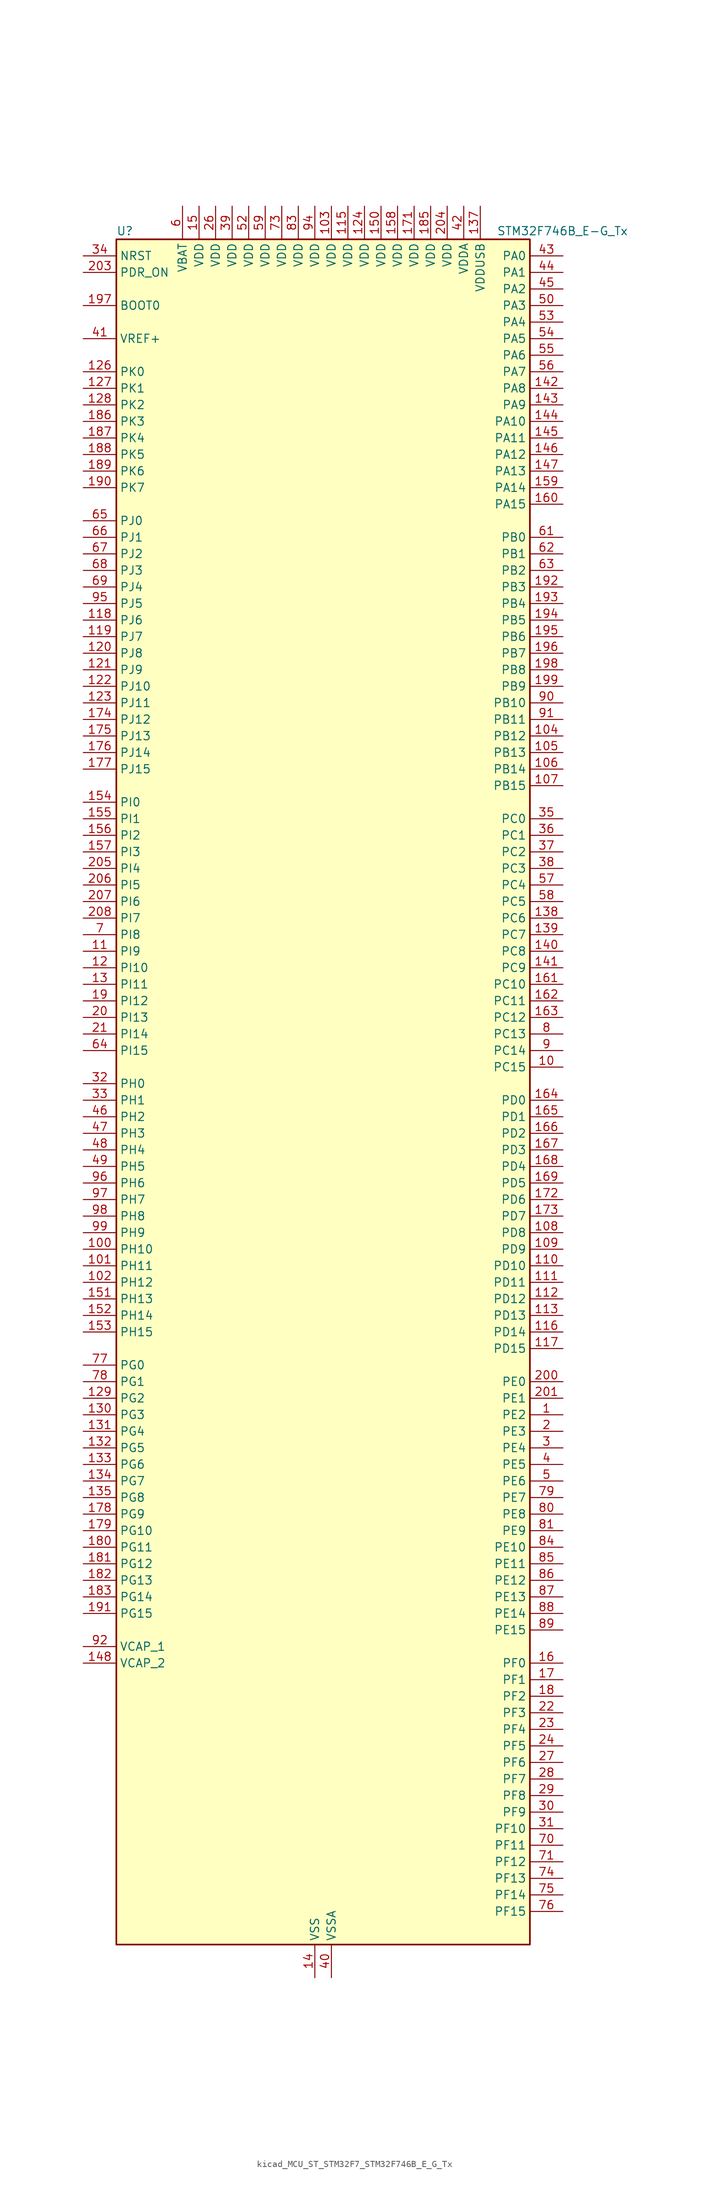
<source format=kicad_sym>
(kicad_symbol_lib
  (version 20220914)
  (generator kicad_symbol_editor)
  (symbol "kicad_MCU_ST_STM32F7_STM32F746B_E_G_Tx"
    (property "Reference" "U"
      (at -30.48 133.35 0)
      (effects (font (size 1.27 1.27)) (justify left)))
    (property "Value" "STM32F746B_E-G_Tx"
      (at 27.94 133.35 0)
      (effects (font (size 1.27 1.27)) (justify left)))
    (property "ki_locked" ""
      (at 0 0 0)
      (effects (font (size 1.27 1.27))))
    (symbol "kicad_MCU_ST_STM32F7_STM32F746B_E_G_Tx_0_1"
      (rectangle (start -30.48 -129.54) (end 33.02 132.08) (stroke (width 0.254) (type default)) (fill (type background))))
    (symbol "kicad_MCU_ST_STM32F7_STM32F746B_E_G_Tx_1_1"
      (pin bidirectional line (at 38.1 -48.26 180) (length 5.08) (name "PE2" (effects (font (size 1.27 1.27)))) (number "1" (effects (font (size 1.27 1.27)))) (alternate "ETH_TXD3" bidirectional line) (alternate "FMC_A23" bidirectional line) (alternate "QUADSPI_BK1_IO2" bidirectional line) (alternate "SAI1_MCLK_A" bidirectional line) (alternate "SPI4_SCK" bidirectional line) (alternate "SYS_TRACECLK" bidirectional line))
      (pin bidirectional line (at 38.1 5.08 180) (length 5.08) (name "PC15" (effects (font (size 1.27 1.27)))) (number "10" (effects (font (size 1.27 1.27)))) (alternate "RCC_OSC32_OUT" bidirectional line))
      (pin bidirectional line (at -35.56 -22.86 0) (length 5.08) (name "PH10" (effects (font (size 1.27 1.27)))) (number "100" (effects (font (size 1.27 1.27)))) (alternate "DCMI_D1" bidirectional line) (alternate "FMC_D18" bidirectional line) (alternate "I2C4_SMBA" bidirectional line) (alternate "LTDC_R4" bidirectional line) (alternate "TIM5_CH1" bidirectional line))
      (pin bidirectional line (at -35.56 -25.4 0) (length 5.08) (name "PH11" (effects (font (size 1.27 1.27)))) (number "101" (effects (font (size 1.27 1.27)))) (alternate "ADC1_EXTI11" bidirectional line) (alternate "ADC2_EXTI11" bidirectional line) (alternate "ADC3_EXTI11" bidirectional line) (alternate "DCMI_D2" bidirectional line) (alternate "FMC_D19" bidirectional line) (alternate "I2C4_SCL" bidirectional line) (alternate "LTDC_R5" bidirectional line) (alternate "TIM5_CH2" bidirectional line))
      (pin bidirectional line (at -35.56 -27.94 0) (length 5.08) (name "PH12" (effects (font (size 1.27 1.27)))) (number "102" (effects (font (size 1.27 1.27)))) (alternate "DCMI_D3" bidirectional line) (alternate "FMC_D20" bidirectional line) (alternate "I2C4_SDA" bidirectional line) (alternate "LTDC_R6" bidirectional line) (alternate "TIM5_CH3" bidirectional line))
      (pin power_in line (at 2.54 137.16 270) (length 5.08) (name "VDD" (effects (font (size 1.27 1.27)))) (number "103" (effects (font (size 1.27 1.27)))))
      (pin bidirectional line (at 38.1 55.88 180) (length 5.08) (name "PB12" (effects (font (size 1.27 1.27)))) (number "104" (effects (font (size 1.27 1.27)))) (alternate "CAN2_RX" bidirectional line) (alternate "ETH_TXD0" bidirectional line) (alternate "I2C2_SMBA" bidirectional line) (alternate "I2S2_WS" bidirectional line) (alternate "SPI2_NSS" bidirectional line) (alternate "TIM1_BKIN" bidirectional line) (alternate "USART3_CK" bidirectional line) (alternate "USB_OTG_HS_ID" bidirectional line) (alternate "USB_OTG_HS_ULPI_D5" bidirectional line))
      (pin bidirectional line (at 38.1 53.34 180) (length 5.08) (name "PB13" (effects (font (size 1.27 1.27)))) (number "105" (effects (font (size 1.27 1.27)))) (alternate "CAN2_TX" bidirectional line) (alternate "ETH_TXD1" bidirectional line) (alternate "I2S2_CK" bidirectional line) (alternate "SPI2_SCK" bidirectional line) (alternate "TIM1_CH1N" bidirectional line) (alternate "USART3_CTS" bidirectional line) (alternate "USB_OTG_HS_ULPI_D6" bidirectional line) (alternate "USB_OTG_HS_VBUS" bidirectional line))
      (pin bidirectional line (at 38.1 50.8 180) (length 5.08) (name "PB14" (effects (font (size 1.27 1.27)))) (number "106" (effects (font (size 1.27 1.27)))) (alternate "SPI2_MISO" bidirectional line) (alternate "TIM12_CH1" bidirectional line) (alternate "TIM1_CH2N" bidirectional line) (alternate "TIM8_CH2N" bidirectional line) (alternate "USART3_DE" bidirectional line) (alternate "USART3_RTS" bidirectional line) (alternate "USB_OTG_HS_DM" bidirectional line))
      (pin bidirectional line (at 38.1 48.26 180) (length 5.08) (name "PB15" (effects (font (size 1.27 1.27)))) (number "107" (effects (font (size 1.27 1.27)))) (alternate "I2S2_SD" bidirectional line) (alternate "RTC_REFIN" bidirectional line) (alternate "SPI2_MOSI" bidirectional line) (alternate "TIM12_CH2" bidirectional line) (alternate "TIM1_CH3N" bidirectional line) (alternate "TIM8_CH3N" bidirectional line) (alternate "USB_OTG_HS_DP" bidirectional line))
      (pin bidirectional line (at 38.1 -20.32 180) (length 5.08) (name "PD8" (effects (font (size 1.27 1.27)))) (number "108" (effects (font (size 1.27 1.27)))) (alternate "FMC_D13" bidirectional line) (alternate "FMC_DA13" bidirectional line) (alternate "SPDIFRX_IN1" bidirectional line) (alternate "USART3_TX" bidirectional line))
      (pin bidirectional line (at 38.1 -22.86 180) (length 5.08) (name "PD9" (effects (font (size 1.27 1.27)))) (number "109" (effects (font (size 1.27 1.27)))) (alternate "DAC_EXTI9" bidirectional line) (alternate "FMC_D14" bidirectional line) (alternate "FMC_DA14" bidirectional line) (alternate "USART3_RX" bidirectional line))
      (pin bidirectional line (at -35.56 22.86 0) (length 5.08) (name "PI9" (effects (font (size 1.27 1.27)))) (number "11" (effects (font (size 1.27 1.27)))) (alternate "CAN1_RX" bidirectional line) (alternate "DAC_EXTI9" bidirectional line) (alternate "FMC_D30" bidirectional line) (alternate "LTDC_VSYNC" bidirectional line))
      (pin bidirectional line (at 38.1 -25.4 180) (length 5.08) (name "PD10" (effects (font (size 1.27 1.27)))) (number "110" (effects (font (size 1.27 1.27)))) (alternate "FMC_D15" bidirectional line) (alternate "FMC_DA15" bidirectional line) (alternate "LTDC_B3" bidirectional line) (alternate "USART3_CK" bidirectional line))
      (pin bidirectional line (at 38.1 -27.94 180) (length 5.08) (name "PD11" (effects (font (size 1.27 1.27)))) (number "111" (effects (font (size 1.27 1.27)))) (alternate "ADC1_EXTI11" bidirectional line) (alternate "ADC2_EXTI11" bidirectional line) (alternate "ADC3_EXTI11" bidirectional line) (alternate "FMC_A16" bidirectional line) (alternate "FMC_CLE" bidirectional line) (alternate "I2C4_SMBA" bidirectional line) (alternate "QUADSPI_BK1_IO0" bidirectional line) (alternate "SAI2_SD_A" bidirectional line) (alternate "USART3_CTS" bidirectional line))
      (pin bidirectional line (at 38.1 -30.48 180) (length 5.08) (name "PD12" (effects (font (size 1.27 1.27)))) (number "112" (effects (font (size 1.27 1.27)))) (alternate "FMC_A17" bidirectional line) (alternate "FMC_ALE" bidirectional line) (alternate "I2C4_SCL" bidirectional line) (alternate "LPTIM1_IN1" bidirectional line) (alternate "QUADSPI_BK1_IO1" bidirectional line) (alternate "SAI2_FS_A" bidirectional line) (alternate "TIM4_CH1" bidirectional line) (alternate "USART3_DE" bidirectional line) (alternate "USART3_RTS" bidirectional line))
      (pin bidirectional line (at 38.1 -33.02 180) (length 5.08) (name "PD13" (effects (font (size 1.27 1.27)))) (number "113" (effects (font (size 1.27 1.27)))) (alternate "FMC_A18" bidirectional line) (alternate "I2C4_SDA" bidirectional line) (alternate "LPTIM1_OUT" bidirectional line) (alternate "QUADSPI_BK1_IO3" bidirectional line) (alternate "SAI2_SCK_A" bidirectional line) (alternate "TIM4_CH2" bidirectional line))
      (pin passive line (at 0 -134.62 90) (length 5.08) hide (name "VSS" (effects (font (size 1.27 1.27)))) (number "114" (effects (font (size 1.27 1.27)))))
      (pin power_in line (at 5.08 137.16 270) (length 5.08) (name "VDD" (effects (font (size 1.27 1.27)))) (number "115" (effects (font (size 1.27 1.27)))))
      (pin bidirectional line (at 38.1 -35.56 180) (length 5.08) (name "PD14" (effects (font (size 1.27 1.27)))) (number "116" (effects (font (size 1.27 1.27)))) (alternate "FMC_D0" bidirectional line) (alternate "FMC_DA0" bidirectional line) (alternate "TIM4_CH3" bidirectional line) (alternate "UART8_CTS" bidirectional line))
      (pin bidirectional line (at 38.1 -38.1 180) (length 5.08) (name "PD15" (effects (font (size 1.27 1.27)))) (number "117" (effects (font (size 1.27 1.27)))) (alternate "FMC_D1" bidirectional line) (alternate "FMC_DA1" bidirectional line) (alternate "TIM4_CH4" bidirectional line) (alternate "UART8_DE" bidirectional line) (alternate "UART8_RTS" bidirectional line))
      (pin bidirectional line (at -35.56 73.66 0) (length 5.08) (name "PJ6" (effects (font (size 1.27 1.27)))) (number "118" (effects (font (size 1.27 1.27)))) (alternate "LTDC_R7" bidirectional line))
      (pin bidirectional line (at -35.56 71.12 0) (length 5.08) (name "PJ7" (effects (font (size 1.27 1.27)))) (number "119" (effects (font (size 1.27 1.27)))) (alternate "LTDC_G0" bidirectional line))
      (pin bidirectional line (at -35.56 20.32 0) (length 5.08) (name "PI10" (effects (font (size 1.27 1.27)))) (number "12" (effects (font (size 1.27 1.27)))) (alternate "ETH_RX_ER" bidirectional line) (alternate "FMC_D31" bidirectional line) (alternate "LTDC_HSYNC" bidirectional line))
      (pin bidirectional line (at -35.56 68.58 0) (length 5.08) (name "PJ8" (effects (font (size 1.27 1.27)))) (number "120" (effects (font (size 1.27 1.27)))) (alternate "LTDC_G1" bidirectional line))
      (pin bidirectional line (at -35.56 66.04 0) (length 5.08) (name "PJ9" (effects (font (size 1.27 1.27)))) (number "121" (effects (font (size 1.27 1.27)))) (alternate "DAC_EXTI9" bidirectional line) (alternate "LTDC_G2" bidirectional line))
      (pin bidirectional line (at -35.56 63.5 0) (length 5.08) (name "PJ10" (effects (font (size 1.27 1.27)))) (number "122" (effects (font (size 1.27 1.27)))) (alternate "LTDC_G3" bidirectional line))
      (pin bidirectional line (at -35.56 60.96 0) (length 5.08) (name "PJ11" (effects (font (size 1.27 1.27)))) (number "123" (effects (font (size 1.27 1.27)))) (alternate "ADC1_EXTI11" bidirectional line) (alternate "ADC2_EXTI11" bidirectional line) (alternate "ADC3_EXTI11" bidirectional line) (alternate "LTDC_G4" bidirectional line))
      (pin power_in line (at 7.62 137.16 270) (length 5.08) (name "VDD" (effects (font (size 1.27 1.27)))) (number "124" (effects (font (size 1.27 1.27)))))
      (pin passive line (at 0 -134.62 90) (length 5.08) hide (name "VSS" (effects (font (size 1.27 1.27)))) (number "125" (effects (font (size 1.27 1.27)))))
      (pin bidirectional line (at -35.56 111.76 0) (length 5.08) (name "PK0" (effects (font (size 1.27 1.27)))) (number "126" (effects (font (size 1.27 1.27)))) (alternate "LTDC_G5" bidirectional line))
      (pin bidirectional line (at -35.56 109.22 0) (length 5.08) (name "PK1" (effects (font (size 1.27 1.27)))) (number "127" (effects (font (size 1.27 1.27)))) (alternate "LTDC_G6" bidirectional line))
      (pin bidirectional line (at -35.56 106.68 0) (length 5.08) (name "PK2" (effects (font (size 1.27 1.27)))) (number "128" (effects (font (size 1.27 1.27)))) (alternate "LTDC_G7" bidirectional line))
      (pin bidirectional line (at -35.56 -45.72 0) (length 5.08) (name "PG2" (effects (font (size 1.27 1.27)))) (number "129" (effects (font (size 1.27 1.27)))) (alternate "FMC_A12" bidirectional line))
      (pin bidirectional line (at -35.56 17.78 0) (length 5.08) (name "PI11" (effects (font (size 1.27 1.27)))) (number "13" (effects (font (size 1.27 1.27)))) (alternate "ADC1_EXTI11" bidirectional line) (alternate "ADC2_EXTI11" bidirectional line) (alternate "ADC3_EXTI11" bidirectional line) (alternate "SYS_WKUP6" bidirectional line) (alternate "USB_OTG_HS_ULPI_DIR" bidirectional line))
      (pin bidirectional line (at -35.56 -48.26 0) (length 5.08) (name "PG3" (effects (font (size 1.27 1.27)))) (number "130" (effects (font (size 1.27 1.27)))) (alternate "FMC_A13" bidirectional line))
      (pin bidirectional line (at -35.56 -50.8 0) (length 5.08) (name "PG4" (effects (font (size 1.27 1.27)))) (number "131" (effects (font (size 1.27 1.27)))) (alternate "FMC_A14" bidirectional line) (alternate "FMC_BA0" bidirectional line))
      (pin bidirectional line (at -35.56 -53.34 0) (length 5.08) (name "PG5" (effects (font (size 1.27 1.27)))) (number "132" (effects (font (size 1.27 1.27)))) (alternate "FMC_A15" bidirectional line) (alternate "FMC_BA1" bidirectional line))
      (pin bidirectional line (at -35.56 -55.88 0) (length 5.08) (name "PG6" (effects (font (size 1.27 1.27)))) (number "133" (effects (font (size 1.27 1.27)))) (alternate "DCMI_D12" bidirectional line) (alternate "LTDC_R7" bidirectional line))
      (pin bidirectional line (at -35.56 -58.42 0) (length 5.08) (name "PG7" (effects (font (size 1.27 1.27)))) (number "134" (effects (font (size 1.27 1.27)))) (alternate "DCMI_D13" bidirectional line) (alternate "FMC_INT" bidirectional line) (alternate "LTDC_CLK" bidirectional line) (alternate "USART6_CK" bidirectional line))
      (pin bidirectional line (at -35.56 -60.96 0) (length 5.08) (name "PG8" (effects (font (size 1.27 1.27)))) (number "135" (effects (font (size 1.27 1.27)))) (alternate "ETH_PPS_OUT" bidirectional line) (alternate "FMC_SDCLK" bidirectional line) (alternate "SPDIFRX_IN2" bidirectional line) (alternate "SPI6_NSS" bidirectional line) (alternate "USART6_DE" bidirectional line) (alternate "USART6_RTS" bidirectional line))
      (pin passive line (at 0 -134.62 90) (length 5.08) hide (name "VSS" (effects (font (size 1.27 1.27)))) (number "136" (effects (font (size 1.27 1.27)))))
      (pin power_in line (at 25.4 137.16 270) (length 5.08) (name "VDDUSB" (effects (font (size 1.27 1.27)))) (number "137" (effects (font (size 1.27 1.27)))))
      (pin bidirectional line (at 38.1 27.94 180) (length 5.08) (name "PC6" (effects (font (size 1.27 1.27)))) (number "138" (effects (font (size 1.27 1.27)))) (alternate "DCMI_D0" bidirectional line) (alternate "I2S2_MCK" bidirectional line) (alternate "LTDC_HSYNC" bidirectional line) (alternate "SDMMC1_D6" bidirectional line) (alternate "TIM3_CH1" bidirectional line) (alternate "TIM8_CH1" bidirectional line) (alternate "USART6_TX" bidirectional line))
      (pin bidirectional line (at 38.1 25.4 180) (length 5.08) (name "PC7" (effects (font (size 1.27 1.27)))) (number "139" (effects (font (size 1.27 1.27)))) (alternate "DCMI_D1" bidirectional line) (alternate "I2S3_MCK" bidirectional line) (alternate "LTDC_G6" bidirectional line) (alternate "SDMMC1_D7" bidirectional line) (alternate "TIM3_CH2" bidirectional line) (alternate "TIM8_CH2" bidirectional line) (alternate "USART6_RX" bidirectional line))
      (pin power_in line (at 0 -134.62 90) (length 5.08) (name "VSS" (effects (font (size 1.27 1.27)))) (number "14" (effects (font (size 1.27 1.27)))))
      (pin bidirectional line (at 38.1 22.86 180) (length 5.08) (name "PC8" (effects (font (size 1.27 1.27)))) (number "140" (effects (font (size 1.27 1.27)))) (alternate "DCMI_D2" bidirectional line) (alternate "SDMMC1_D0" bidirectional line) (alternate "SYS_TRACED1" bidirectional line) (alternate "TIM3_CH3" bidirectional line) (alternate "TIM8_CH3" bidirectional line) (alternate "UART5_DE" bidirectional line) (alternate "UART5_RTS" bidirectional line) (alternate "USART6_CK" bidirectional line))
      (pin bidirectional line (at 38.1 20.32 180) (length 5.08) (name "PC9" (effects (font (size 1.27 1.27)))) (number "141" (effects (font (size 1.27 1.27)))) (alternate "DAC_EXTI9" bidirectional line) (alternate "DCMI_D3" bidirectional line) (alternate "I2C3_SDA" bidirectional line) (alternate "I2S_CKIN" bidirectional line) (alternate "QUADSPI_BK1_IO0" bidirectional line) (alternate "RCC_MCO_2" bidirectional line) (alternate "SDMMC1_D1" bidirectional line) (alternate "TIM3_CH4" bidirectional line) (alternate "TIM8_CH4" bidirectional line) (alternate "UART5_CTS" bidirectional line))
      (pin bidirectional line (at 38.1 109.22 180) (length 5.08) (name "PA8" (effects (font (size 1.27 1.27)))) (number "142" (effects (font (size 1.27 1.27)))) (alternate "I2C3_SCL" bidirectional line) (alternate "LTDC_R6" bidirectional line) (alternate "RCC_MCO_1" bidirectional line) (alternate "TIM1_CH1" bidirectional line) (alternate "TIM8_BKIN2" bidirectional line) (alternate "USART1_CK" bidirectional line) (alternate "USB_OTG_FS_SOF" bidirectional line))
      (pin bidirectional line (at 38.1 106.68 180) (length 5.08) (name "PA9" (effects (font (size 1.27 1.27)))) (number "143" (effects (font (size 1.27 1.27)))) (alternate "DAC_EXTI9" bidirectional line) (alternate "DCMI_D0" bidirectional line) (alternate "I2C3_SMBA" bidirectional line) (alternate "I2S2_CK" bidirectional line) (alternate "SPI2_SCK" bidirectional line) (alternate "TIM1_CH2" bidirectional line) (alternate "USART1_TX" bidirectional line) (alternate "USB_OTG_FS_VBUS" bidirectional line))
      (pin bidirectional line (at 38.1 104.14 180) (length 5.08) (name "PA10" (effects (font (size 1.27 1.27)))) (number "144" (effects (font (size 1.27 1.27)))) (alternate "DCMI_D1" bidirectional line) (alternate "TIM1_CH3" bidirectional line) (alternate "USART1_RX" bidirectional line) (alternate "USB_OTG_FS_ID" bidirectional line))
      (pin bidirectional line (at 38.1 101.6 180) (length 5.08) (name "PA11" (effects (font (size 1.27 1.27)))) (number "145" (effects (font (size 1.27 1.27)))) (alternate "ADC1_EXTI11" bidirectional line) (alternate "ADC2_EXTI11" bidirectional line) (alternate "ADC3_EXTI11" bidirectional line) (alternate "CAN1_RX" bidirectional line) (alternate "LTDC_R4" bidirectional line) (alternate "TIM1_CH4" bidirectional line) (alternate "USART1_CTS" bidirectional line) (alternate "USB_OTG_FS_DM" bidirectional line))
      (pin bidirectional line (at 38.1 99.06 180) (length 5.08) (name "PA12" (effects (font (size 1.27 1.27)))) (number "146" (effects (font (size 1.27 1.27)))) (alternate "CAN1_TX" bidirectional line) (alternate "LTDC_R5" bidirectional line) (alternate "SAI2_FS_B" bidirectional line) (alternate "TIM1_ETR" bidirectional line) (alternate "USART1_DE" bidirectional line) (alternate "USART1_RTS" bidirectional line) (alternate "USB_OTG_FS_DP" bidirectional line))
      (pin bidirectional line (at 38.1 96.52 180) (length 5.08) (name "PA13" (effects (font (size 1.27 1.27)))) (number "147" (effects (font (size 1.27 1.27)))) (alternate "SYS_JTMS-SWDIO" bidirectional line))
      (pin power_out line (at -35.56 -86.36 0) (length 5.08) (name "VCAP_2" (effects (font (size 1.27 1.27)))) (number "148" (effects (font (size 1.27 1.27)))))
      (pin passive line (at 0 -134.62 90) (length 5.08) hide (name "VSS" (effects (font (size 1.27 1.27)))) (number "149" (effects (font (size 1.27 1.27)))))
      (pin power_in line (at -17.78 137.16 270) (length 5.08) (name "VDD" (effects (font (size 1.27 1.27)))) (number "15" (effects (font (size 1.27 1.27)))))
      (pin power_in line (at 10.16 137.16 270) (length 5.08) (name "VDD" (effects (font (size 1.27 1.27)))) (number "150" (effects (font (size 1.27 1.27)))))
      (pin bidirectional line (at -35.56 -30.48 0) (length 5.08) (name "PH13" (effects (font (size 1.27 1.27)))) (number "151" (effects (font (size 1.27 1.27)))) (alternate "CAN1_TX" bidirectional line) (alternate "FMC_D21" bidirectional line) (alternate "LTDC_G2" bidirectional line) (alternate "TIM8_CH1N" bidirectional line))
      (pin bidirectional line (at -35.56 -33.02 0) (length 5.08) (name "PH14" (effects (font (size 1.27 1.27)))) (number "152" (effects (font (size 1.27 1.27)))) (alternate "DCMI_D4" bidirectional line) (alternate "FMC_D22" bidirectional line) (alternate "LTDC_G3" bidirectional line) (alternate "TIM8_CH2N" bidirectional line))
      (pin bidirectional line (at -35.56 -35.56 0) (length 5.08) (name "PH15" (effects (font (size 1.27 1.27)))) (number "153" (effects (font (size 1.27 1.27)))) (alternate "DCMI_D11" bidirectional line) (alternate "FMC_D23" bidirectional line) (alternate "LTDC_G4" bidirectional line) (alternate "TIM8_CH3N" bidirectional line))
      (pin bidirectional line (at -35.56 45.72 0) (length 5.08) (name "PI0" (effects (font (size 1.27 1.27)))) (number "154" (effects (font (size 1.27 1.27)))) (alternate "DCMI_D13" bidirectional line) (alternate "FMC_D24" bidirectional line) (alternate "I2S2_WS" bidirectional line) (alternate "LTDC_G5" bidirectional line) (alternate "SPI2_NSS" bidirectional line) (alternate "TIM5_CH4" bidirectional line))
      (pin bidirectional line (at -35.56 43.18 0) (length 5.08) (name "PI1" (effects (font (size 1.27 1.27)))) (number "155" (effects (font (size 1.27 1.27)))) (alternate "DCMI_D8" bidirectional line) (alternate "FMC_D25" bidirectional line) (alternate "I2S2_CK" bidirectional line) (alternate "LTDC_G6" bidirectional line) (alternate "SPI2_SCK" bidirectional line) (alternate "TIM8_BKIN2" bidirectional line))
      (pin bidirectional line (at -35.56 40.64 0) (length 5.08) (name "PI2" (effects (font (size 1.27 1.27)))) (number "156" (effects (font (size 1.27 1.27)))) (alternate "DCMI_D9" bidirectional line) (alternate "FMC_D26" bidirectional line) (alternate "LTDC_G7" bidirectional line) (alternate "SPI2_MISO" bidirectional line) (alternate "TIM8_CH4" bidirectional line))
      (pin bidirectional line (at -35.56 38.1 0) (length 5.08) (name "PI3" (effects (font (size 1.27 1.27)))) (number "157" (effects (font (size 1.27 1.27)))) (alternate "DCMI_D10" bidirectional line) (alternate "FMC_D27" bidirectional line) (alternate "I2S2_SD" bidirectional line) (alternate "SPI2_MOSI" bidirectional line) (alternate "TIM8_ETR" bidirectional line))
      (pin power_in line (at 12.7 137.16 270) (length 5.08) (name "VDD" (effects (font (size 1.27 1.27)))) (number "158" (effects (font (size 1.27 1.27)))))
      (pin bidirectional line (at 38.1 93.98 180) (length 5.08) (name "PA14" (effects (font (size 1.27 1.27)))) (number "159" (effects (font (size 1.27 1.27)))) (alternate "SYS_JTCK-SWCLK" bidirectional line))
      (pin bidirectional line (at 38.1 -86.36 180) (length 5.08) (name "PF0" (effects (font (size 1.27 1.27)))) (number "16" (effects (font (size 1.27 1.27)))) (alternate "FMC_A0" bidirectional line) (alternate "I2C2_SDA" bidirectional line))
      (pin bidirectional line (at 38.1 91.44 180) (length 5.08) (name "PA15" (effects (font (size 1.27 1.27)))) (number "160" (effects (font (size 1.27 1.27)))) (alternate "CEC" bidirectional line) (alternate "I2S1_WS" bidirectional line) (alternate "I2S3_WS" bidirectional line) (alternate "SPI1_NSS" bidirectional line) (alternate "SPI3_NSS" bidirectional line) (alternate "SYS_JTDI" bidirectional line) (alternate "TIM2_CH1" bidirectional line) (alternate "TIM2_ETR" bidirectional line) (alternate "UART4_DE" bidirectional line) (alternate "UART4_RTS" bidirectional line))
      (pin bidirectional line (at 38.1 17.78 180) (length 5.08) (name "PC10" (effects (font (size 1.27 1.27)))) (number "161" (effects (font (size 1.27 1.27)))) (alternate "DCMI_D8" bidirectional line) (alternate "I2S3_CK" bidirectional line) (alternate "LTDC_R2" bidirectional line) (alternate "QUADSPI_BK1_IO1" bidirectional line) (alternate "SDMMC1_D2" bidirectional line) (alternate "SPI3_SCK" bidirectional line) (alternate "UART4_TX" bidirectional line) (alternate "USART3_TX" bidirectional line))
      (pin bidirectional line (at 38.1 15.24 180) (length 5.08) (name "PC11" (effects (font (size 1.27 1.27)))) (number "162" (effects (font (size 1.27 1.27)))) (alternate "ADC1_EXTI11" bidirectional line) (alternate "ADC2_EXTI11" bidirectional line) (alternate "ADC3_EXTI11" bidirectional line) (alternate "DCMI_D4" bidirectional line) (alternate "QUADSPI_BK2_NCS" bidirectional line) (alternate "SDMMC1_D3" bidirectional line) (alternate "SPI3_MISO" bidirectional line) (alternate "UART4_RX" bidirectional line) (alternate "USART3_RX" bidirectional line))
      (pin bidirectional line (at 38.1 12.7 180) (length 5.08) (name "PC12" (effects (font (size 1.27 1.27)))) (number "163" (effects (font (size 1.27 1.27)))) (alternate "DCMI_D9" bidirectional line) (alternate "I2S3_SD" bidirectional line) (alternate "SDMMC1_CK" bidirectional line) (alternate "SPI3_MOSI" bidirectional line) (alternate "SYS_TRACED3" bidirectional line) (alternate "UART5_TX" bidirectional line) (alternate "USART3_CK" bidirectional line))
      (pin bidirectional line (at 38.1 0 180) (length 5.08) (name "PD0" (effects (font (size 1.27 1.27)))) (number "164" (effects (font (size 1.27 1.27)))) (alternate "CAN1_RX" bidirectional line) (alternate "FMC_D2" bidirectional line) (alternate "FMC_DA2" bidirectional line))
      (pin bidirectional line (at 38.1 -2.54 180) (length 5.08) (name "PD1" (effects (font (size 1.27 1.27)))) (number "165" (effects (font (size 1.27 1.27)))) (alternate "CAN1_TX" bidirectional line) (alternate "FMC_D3" bidirectional line) (alternate "FMC_DA3" bidirectional line))
      (pin bidirectional line (at 38.1 -5.08 180) (length 5.08) (name "PD2" (effects (font (size 1.27 1.27)))) (number "166" (effects (font (size 1.27 1.27)))) (alternate "DCMI_D11" bidirectional line) (alternate "SDMMC1_CMD" bidirectional line) (alternate "SYS_TRACED2" bidirectional line) (alternate "TIM3_ETR" bidirectional line) (alternate "UART5_RX" bidirectional line))
      (pin bidirectional line (at 38.1 -7.62 180) (length 5.08) (name "PD3" (effects (font (size 1.27 1.27)))) (number "167" (effects (font (size 1.27 1.27)))) (alternate "DCMI_D5" bidirectional line) (alternate "FMC_CLK" bidirectional line) (alternate "I2S2_CK" bidirectional line) (alternate "LTDC_G7" bidirectional line) (alternate "SPI2_SCK" bidirectional line) (alternate "USART2_CTS" bidirectional line))
      (pin bidirectional line (at 38.1 -10.16 180) (length 5.08) (name "PD4" (effects (font (size 1.27 1.27)))) (number "168" (effects (font (size 1.27 1.27)))) (alternate "FMC_NOE" bidirectional line) (alternate "USART2_DE" bidirectional line) (alternate "USART2_RTS" bidirectional line))
      (pin bidirectional line (at 38.1 -12.7 180) (length 5.08) (name "PD5" (effects (font (size 1.27 1.27)))) (number "169" (effects (font (size 1.27 1.27)))) (alternate "FMC_NWE" bidirectional line) (alternate "USART2_TX" bidirectional line))
      (pin bidirectional line (at 38.1 -88.9 180) (length 5.08) (name "PF1" (effects (font (size 1.27 1.27)))) (number "17" (effects (font (size 1.27 1.27)))) (alternate "FMC_A1" bidirectional line) (alternate "I2C2_SCL" bidirectional line))
      (pin passive line (at 0 -134.62 90) (length 5.08) hide (name "VSS" (effects (font (size 1.27 1.27)))) (number "170" (effects (font (size 1.27 1.27)))))
      (pin power_in line (at 15.24 137.16 270) (length 5.08) (name "VDD" (effects (font (size 1.27 1.27)))) (number "171" (effects (font (size 1.27 1.27)))))
      (pin bidirectional line (at 38.1 -15.24 180) (length 5.08) (name "PD6" (effects (font (size 1.27 1.27)))) (number "172" (effects (font (size 1.27 1.27)))) (alternate "DCMI_D10" bidirectional line) (alternate "FMC_NWAIT" bidirectional line) (alternate "I2S3_SD" bidirectional line) (alternate "LTDC_B2" bidirectional line) (alternate "SAI1_SD_A" bidirectional line) (alternate "SPI3_MOSI" bidirectional line) (alternate "USART2_RX" bidirectional line))
      (pin bidirectional line (at 38.1 -17.78 180) (length 5.08) (name "PD7" (effects (font (size 1.27 1.27)))) (number "173" (effects (font (size 1.27 1.27)))) (alternate "FMC_NE1" bidirectional line) (alternate "SPDIFRX_IN0" bidirectional line) (alternate "USART2_CK" bidirectional line))
      (pin bidirectional line (at -35.56 58.42 0) (length 5.08) (name "PJ12" (effects (font (size 1.27 1.27)))) (number "174" (effects (font (size 1.27 1.27)))) (alternate "LTDC_B0" bidirectional line))
      (pin bidirectional line (at -35.56 55.88 0) (length 5.08) (name "PJ13" (effects (font (size 1.27 1.27)))) (number "175" (effects (font (size 1.27 1.27)))) (alternate "LTDC_B1" bidirectional line))
      (pin bidirectional line (at -35.56 53.34 0) (length 5.08) (name "PJ14" (effects (font (size 1.27 1.27)))) (number "176" (effects (font (size 1.27 1.27)))) (alternate "LTDC_B2" bidirectional line))
      (pin bidirectional line (at -35.56 50.8 0) (length 5.08) (name "PJ15" (effects (font (size 1.27 1.27)))) (number "177" (effects (font (size 1.27 1.27)))) (alternate "LTDC_B3" bidirectional line))
      (pin bidirectional line (at -35.56 -63.5 0) (length 5.08) (name "PG9" (effects (font (size 1.27 1.27)))) (number "178" (effects (font (size 1.27 1.27)))) (alternate "DAC_EXTI9" bidirectional line) (alternate "DCMI_VSYNC" bidirectional line) (alternate "FMC_NCE" bidirectional line) (alternate "FMC_NE2" bidirectional line) (alternate "QUADSPI_BK2_IO2" bidirectional line) (alternate "SAI2_FS_B" bidirectional line) (alternate "SPDIFRX_IN3" bidirectional line) (alternate "USART6_RX" bidirectional line))
      (pin bidirectional line (at -35.56 -66.04 0) (length 5.08) (name "PG10" (effects (font (size 1.27 1.27)))) (number "179" (effects (font (size 1.27 1.27)))) (alternate "DCMI_D2" bidirectional line) (alternate "FMC_NE3" bidirectional line) (alternate "LTDC_B2" bidirectional line) (alternate "LTDC_G3" bidirectional line) (alternate "SAI2_SD_B" bidirectional line))
      (pin bidirectional line (at 38.1 -91.44 180) (length 5.08) (name "PF2" (effects (font (size 1.27 1.27)))) (number "18" (effects (font (size 1.27 1.27)))) (alternate "FMC_A2" bidirectional line) (alternate "I2C2_SMBA" bidirectional line))
      (pin bidirectional line (at -35.56 -68.58 0) (length 5.08) (name "PG11" (effects (font (size 1.27 1.27)))) (number "180" (effects (font (size 1.27 1.27)))) (alternate "ADC1_EXTI11" bidirectional line) (alternate "ADC2_EXTI11" bidirectional line) (alternate "ADC3_EXTI11" bidirectional line) (alternate "DCMI_D3" bidirectional line) (alternate "ETH_TX_EN" bidirectional line) (alternate "LTDC_B3" bidirectional line) (alternate "SPDIFRX_IN0" bidirectional line))
      (pin bidirectional line (at -35.56 -71.12 0) (length 5.08) (name "PG12" (effects (font (size 1.27 1.27)))) (number "181" (effects (font (size 1.27 1.27)))) (alternate "FMC_NE4" bidirectional line) (alternate "LPTIM1_IN1" bidirectional line) (alternate "LTDC_B1" bidirectional line) (alternate "LTDC_B4" bidirectional line) (alternate "SPDIFRX_IN1" bidirectional line) (alternate "SPI6_MISO" bidirectional line) (alternate "USART6_DE" bidirectional line) (alternate "USART6_RTS" bidirectional line))
      (pin bidirectional line (at -35.56 -73.66 0) (length 5.08) (name "PG13" (effects (font (size 1.27 1.27)))) (number "182" (effects (font (size 1.27 1.27)))) (alternate "ETH_TXD0" bidirectional line) (alternate "FMC_A24" bidirectional line) (alternate "LPTIM1_OUT" bidirectional line) (alternate "LTDC_R0" bidirectional line) (alternate "SPI6_SCK" bidirectional line) (alternate "SYS_TRACED0" bidirectional line) (alternate "USART6_CTS" bidirectional line))
      (pin bidirectional line (at -35.56 -76.2 0) (length 5.08) (name "PG14" (effects (font (size 1.27 1.27)))) (number "183" (effects (font (size 1.27 1.27)))) (alternate "ETH_TXD1" bidirectional line) (alternate "FMC_A25" bidirectional line) (alternate "LPTIM1_ETR" bidirectional line) (alternate "LTDC_B0" bidirectional line) (alternate "QUADSPI_BK2_IO3" bidirectional line) (alternate "SPI6_MOSI" bidirectional line) (alternate "SYS_TRACED1" bidirectional line) (alternate "USART6_TX" bidirectional line))
      (pin passive line (at 0 -134.62 90) (length 5.08) hide (name "VSS" (effects (font (size 1.27 1.27)))) (number "184" (effects (font (size 1.27 1.27)))))
      (pin power_in line (at 17.78 137.16 270) (length 5.08) (name "VDD" (effects (font (size 1.27 1.27)))) (number "185" (effects (font (size 1.27 1.27)))))
      (pin bidirectional line (at -35.56 104.14 0) (length 5.08) (name "PK3" (effects (font (size 1.27 1.27)))) (number "186" (effects (font (size 1.27 1.27)))) (alternate "LTDC_B4" bidirectional line))
      (pin bidirectional line (at -35.56 101.6 0) (length 5.08) (name "PK4" (effects (font (size 1.27 1.27)))) (number "187" (effects (font (size 1.27 1.27)))) (alternate "LTDC_B5" bidirectional line))
      (pin bidirectional line (at -35.56 99.06 0) (length 5.08) (name "PK5" (effects (font (size 1.27 1.27)))) (number "188" (effects (font (size 1.27 1.27)))) (alternate "LTDC_B6" bidirectional line))
      (pin bidirectional line (at -35.56 96.52 0) (length 5.08) (name "PK6" (effects (font (size 1.27 1.27)))) (number "189" (effects (font (size 1.27 1.27)))) (alternate "LTDC_B7" bidirectional line))
      (pin bidirectional line (at -35.56 15.24 0) (length 5.08) (name "PI12" (effects (font (size 1.27 1.27)))) (number "19" (effects (font (size 1.27 1.27)))) (alternate "LTDC_HSYNC" bidirectional line))
      (pin bidirectional line (at -35.56 93.98 0) (length 5.08) (name "PK7" (effects (font (size 1.27 1.27)))) (number "190" (effects (font (size 1.27 1.27)))) (alternate "LTDC_DE" bidirectional line))
      (pin bidirectional line (at -35.56 -78.74 0) (length 5.08) (name "PG15" (effects (font (size 1.27 1.27)))) (number "191" (effects (font (size 1.27 1.27)))) (alternate "DCMI_D13" bidirectional line) (alternate "FMC_SDNCAS" bidirectional line) (alternate "USART6_CTS" bidirectional line))
      (pin bidirectional line (at 38.1 78.74 180) (length 5.08) (name "PB3" (effects (font (size 1.27 1.27)))) (number "192" (effects (font (size 1.27 1.27)))) (alternate "I2S1_CK" bidirectional line) (alternate "I2S3_CK" bidirectional line) (alternate "SPI1_SCK" bidirectional line) (alternate "SPI3_SCK" bidirectional line) (alternate "SYS_JTDO-SWO" bidirectional line) (alternate "TIM2_CH2" bidirectional line))
      (pin bidirectional line (at 38.1 76.2 180) (length 5.08) (name "PB4" (effects (font (size 1.27 1.27)))) (number "193" (effects (font (size 1.27 1.27)))) (alternate "I2S2_WS" bidirectional line) (alternate "SPI1_MISO" bidirectional line) (alternate "SPI2_NSS" bidirectional line) (alternate "SPI3_MISO" bidirectional line) (alternate "SYS_JTRST" bidirectional line) (alternate "TIM3_CH1" bidirectional line))
      (pin bidirectional line (at 38.1 73.66 180) (length 5.08) (name "PB5" (effects (font (size 1.27 1.27)))) (number "194" (effects (font (size 1.27 1.27)))) (alternate "CAN2_RX" bidirectional line) (alternate "DCMI_D10" bidirectional line) (alternate "ETH_PPS_OUT" bidirectional line) (alternate "FMC_SDCKE1" bidirectional line) (alternate "I2C1_SMBA" bidirectional line) (alternate "I2S1_SD" bidirectional line) (alternate "I2S3_SD" bidirectional line) (alternate "SPI1_MOSI" bidirectional line) (alternate "SPI3_MOSI" bidirectional line) (alternate "TIM3_CH2" bidirectional line) (alternate "USB_OTG_HS_ULPI_D7" bidirectional line))
      (pin bidirectional line (at 38.1 71.12 180) (length 5.08) (name "PB6" (effects (font (size 1.27 1.27)))) (number "195" (effects (font (size 1.27 1.27)))) (alternate "CAN2_TX" bidirectional line) (alternate "CEC" bidirectional line) (alternate "DCMI_D5" bidirectional line) (alternate "FMC_SDNE1" bidirectional line) (alternate "I2C1_SCL" bidirectional line) (alternate "QUADSPI_BK1_NCS" bidirectional line) (alternate "TIM4_CH1" bidirectional line) (alternate "USART1_TX" bidirectional line))
      (pin bidirectional line (at 38.1 68.58 180) (length 5.08) (name "PB7" (effects (font (size 1.27 1.27)))) (number "196" (effects (font (size 1.27 1.27)))) (alternate "DCMI_VSYNC" bidirectional line) (alternate "FMC_NL" bidirectional line) (alternate "I2C1_SDA" bidirectional line) (alternate "TIM4_CH2" bidirectional line) (alternate "USART1_RX" bidirectional line))
      (pin input line (at -35.56 121.92 0) (length 5.08) (name "BOOT0" (effects (font (size 1.27 1.27)))) (number "197" (effects (font (size 1.27 1.27)))))
      (pin bidirectional line (at 38.1 66.04 180) (length 5.08) (name "PB8" (effects (font (size 1.27 1.27)))) (number "198" (effects (font (size 1.27 1.27)))) (alternate "CAN1_RX" bidirectional line) (alternate "DCMI_D6" bidirectional line) (alternate "ETH_TXD3" bidirectional line) (alternate "I2C1_SCL" bidirectional line) (alternate "LTDC_B6" bidirectional line) (alternate "SDMMC1_D4" bidirectional line) (alternate "TIM10_CH1" bidirectional line) (alternate "TIM4_CH3" bidirectional line))
      (pin bidirectional line (at 38.1 63.5 180) (length 5.08) (name "PB9" (effects (font (size 1.27 1.27)))) (number "199" (effects (font (size 1.27 1.27)))) (alternate "CAN1_TX" bidirectional line) (alternate "DAC_EXTI9" bidirectional line) (alternate "DCMI_D7" bidirectional line) (alternate "I2C1_SDA" bidirectional line) (alternate "I2S2_WS" bidirectional line) (alternate "LTDC_B7" bidirectional line) (alternate "SDMMC1_D5" bidirectional line) (alternate "SPI2_NSS" bidirectional line) (alternate "TIM11_CH1" bidirectional line) (alternate "TIM4_CH4" bidirectional line))
      (pin bidirectional line (at 38.1 -50.8 180) (length 5.08) (name "PE3" (effects (font (size 1.27 1.27)))) (number "2" (effects (font (size 1.27 1.27)))) (alternate "FMC_A19" bidirectional line) (alternate "SAI1_SD_B" bidirectional line) (alternate "SYS_TRACED0" bidirectional line))
      (pin bidirectional line (at -35.56 12.7 0) (length 5.08) (name "PI13" (effects (font (size 1.27 1.27)))) (number "20" (effects (font (size 1.27 1.27)))) (alternate "LTDC_VSYNC" bidirectional line))
      (pin bidirectional line (at 38.1 -43.18 180) (length 5.08) (name "PE0" (effects (font (size 1.27 1.27)))) (number "200" (effects (font (size 1.27 1.27)))) (alternate "DCMI_D2" bidirectional line) (alternate "FMC_NBL0" bidirectional line) (alternate "LPTIM1_ETR" bidirectional line) (alternate "SAI2_MCLK_A" bidirectional line) (alternate "TIM4_ETR" bidirectional line) (alternate "UART8_RX" bidirectional line))
      (pin bidirectional line (at 38.1 -45.72 180) (length 5.08) (name "PE1" (effects (font (size 1.27 1.27)))) (number "201" (effects (font (size 1.27 1.27)))) (alternate "DCMI_D3" bidirectional line) (alternate "FMC_NBL1" bidirectional line) (alternate "LPTIM1_IN2" bidirectional line) (alternate "UART8_TX" bidirectional line))
      (pin passive line (at 0 -134.62 90) (length 5.08) hide (name "VSS" (effects (font (size 1.27 1.27)))) (number "202" (effects (font (size 1.27 1.27)))))
      (pin input line (at -35.56 127 0) (length 5.08) (name "PDR_ON" (effects (font (size 1.27 1.27)))) (number "203" (effects (font (size 1.27 1.27)))))
      (pin power_in line (at 20.32 137.16 270) (length 5.08) (name "VDD" (effects (font (size 1.27 1.27)))) (number "204" (effects (font (size 1.27 1.27)))))
      (pin bidirectional line (at -35.56 35.56 0) (length 5.08) (name "PI4" (effects (font (size 1.27 1.27)))) (number "205" (effects (font (size 1.27 1.27)))) (alternate "DCMI_D5" bidirectional line) (alternate "FMC_NBL2" bidirectional line) (alternate "LTDC_B4" bidirectional line) (alternate "SAI2_MCLK_A" bidirectional line) (alternate "TIM8_BKIN" bidirectional line))
      (pin bidirectional line (at -35.56 33.02 0) (length 5.08) (name "PI5" (effects (font (size 1.27 1.27)))) (number "206" (effects (font (size 1.27 1.27)))) (alternate "DCMI_VSYNC" bidirectional line) (alternate "FMC_NBL3" bidirectional line) (alternate "LTDC_B5" bidirectional line) (alternate "SAI2_SCK_A" bidirectional line) (alternate "TIM8_CH1" bidirectional line))
      (pin bidirectional line (at -35.56 30.48 0) (length 5.08) (name "PI6" (effects (font (size 1.27 1.27)))) (number "207" (effects (font (size 1.27 1.27)))) (alternate "DCMI_D6" bidirectional line) (alternate "FMC_D28" bidirectional line) (alternate "LTDC_B6" bidirectional line) (alternate "SAI2_SD_A" bidirectional line) (alternate "TIM8_CH2" bidirectional line))
      (pin bidirectional line (at -35.56 27.94 0) (length 5.08) (name "PI7" (effects (font (size 1.27 1.27)))) (number "208" (effects (font (size 1.27 1.27)))) (alternate "DCMI_D7" bidirectional line) (alternate "FMC_D29" bidirectional line) (alternate "LTDC_B7" bidirectional line) (alternate "SAI2_FS_A" bidirectional line) (alternate "TIM8_CH3" bidirectional line))
      (pin bidirectional line (at -35.56 10.16 0) (length 5.08) (name "PI14" (effects (font (size 1.27 1.27)))) (number "21" (effects (font (size 1.27 1.27)))) (alternate "LTDC_CLK" bidirectional line))
      (pin bidirectional line (at 38.1 -93.98 180) (length 5.08) (name "PF3" (effects (font (size 1.27 1.27)))) (number "22" (effects (font (size 1.27 1.27)))) (alternate "ADC3_IN9" bidirectional line) (alternate "FMC_A3" bidirectional line))
      (pin bidirectional line (at 38.1 -96.52 180) (length 5.08) (name "PF4" (effects (font (size 1.27 1.27)))) (number "23" (effects (font (size 1.27 1.27)))) (alternate "ADC3_IN14" bidirectional line) (alternate "FMC_A4" bidirectional line))
      (pin bidirectional line (at 38.1 -99.06 180) (length 5.08) (name "PF5" (effects (font (size 1.27 1.27)))) (number "24" (effects (font (size 1.27 1.27)))) (alternate "ADC3_IN15" bidirectional line) (alternate "FMC_A5" bidirectional line))
      (pin passive line (at 0 -134.62 90) (length 5.08) hide (name "VSS" (effects (font (size 1.27 1.27)))) (number "25" (effects (font (size 1.27 1.27)))))
      (pin power_in line (at -15.24 137.16 270) (length 5.08) (name "VDD" (effects (font (size 1.27 1.27)))) (number "26" (effects (font (size 1.27 1.27)))))
      (pin bidirectional line (at 38.1 -101.6 180) (length 5.08) (name "PF6" (effects (font (size 1.27 1.27)))) (number "27" (effects (font (size 1.27 1.27)))) (alternate "ADC3_IN4" bidirectional line) (alternate "QUADSPI_BK1_IO3" bidirectional line) (alternate "SAI1_SD_B" bidirectional line) (alternate "SPI5_NSS" bidirectional line) (alternate "TIM10_CH1" bidirectional line) (alternate "UART7_RX" bidirectional line))
      (pin bidirectional line (at 38.1 -104.14 180) (length 5.08) (name "PF7" (effects (font (size 1.27 1.27)))) (number "28" (effects (font (size 1.27 1.27)))) (alternate "ADC3_IN5" bidirectional line) (alternate "QUADSPI_BK1_IO2" bidirectional line) (alternate "SAI1_MCLK_B" bidirectional line) (alternate "SPI5_SCK" bidirectional line) (alternate "TIM11_CH1" bidirectional line) (alternate "UART7_TX" bidirectional line))
      (pin bidirectional line (at 38.1 -106.68 180) (length 5.08) (name "PF8" (effects (font (size 1.27 1.27)))) (number "29" (effects (font (size 1.27 1.27)))) (alternate "ADC3_IN6" bidirectional line) (alternate "QUADSPI_BK1_IO0" bidirectional line) (alternate "SAI1_SCK_B" bidirectional line) (alternate "SPI5_MISO" bidirectional line) (alternate "TIM13_CH1" bidirectional line) (alternate "UART7_DE" bidirectional line) (alternate "UART7_RTS" bidirectional line))
      (pin bidirectional line (at 38.1 -53.34 180) (length 5.08) (name "PE4" (effects (font (size 1.27 1.27)))) (number "3" (effects (font (size 1.27 1.27)))) (alternate "DCMI_D4" bidirectional line) (alternate "FMC_A20" bidirectional line) (alternate "LTDC_B0" bidirectional line) (alternate "SAI1_FS_A" bidirectional line) (alternate "SPI4_NSS" bidirectional line) (alternate "SYS_TRACED1" bidirectional line))
      (pin bidirectional line (at 38.1 -109.22 180) (length 5.08) (name "PF9" (effects (font (size 1.27 1.27)))) (number "30" (effects (font (size 1.27 1.27)))) (alternate "ADC3_IN7" bidirectional line) (alternate "DAC_EXTI9" bidirectional line) (alternate "QUADSPI_BK1_IO1" bidirectional line) (alternate "SAI1_FS_B" bidirectional line) (alternate "SPI5_MOSI" bidirectional line) (alternate "TIM14_CH1" bidirectional line) (alternate "UART7_CTS" bidirectional line))
      (pin bidirectional line (at 38.1 -111.76 180) (length 5.08) (name "PF10" (effects (font (size 1.27 1.27)))) (number "31" (effects (font (size 1.27 1.27)))) (alternate "ADC3_IN8" bidirectional line) (alternate "DCMI_D11" bidirectional line) (alternate "LTDC_DE" bidirectional line))
      (pin bidirectional line (at -35.56 2.54 0) (length 5.08) (name "PH0" (effects (font (size 1.27 1.27)))) (number "32" (effects (font (size 1.27 1.27)))) (alternate "RCC_OSC_IN" bidirectional line))
      (pin bidirectional line (at -35.56 0 0) (length 5.08) (name "PH1" (effects (font (size 1.27 1.27)))) (number "33" (effects (font (size 1.27 1.27)))) (alternate "RCC_OSC_OUT" bidirectional line))
      (pin input line (at -35.56 129.54 0) (length 5.08) (name "NRST" (effects (font (size 1.27 1.27)))) (number "34" (effects (font (size 1.27 1.27)))))
      (pin bidirectional line (at 38.1 43.18 180) (length 5.08) (name "PC0" (effects (font (size 1.27 1.27)))) (number "35" (effects (font (size 1.27 1.27)))) (alternate "ADC1_IN10" bidirectional line) (alternate "ADC2_IN10" bidirectional line) (alternate "ADC3_IN10" bidirectional line) (alternate "FMC_SDNWE" bidirectional line) (alternate "LTDC_R5" bidirectional line) (alternate "SAI2_FS_B" bidirectional line) (alternate "USB_OTG_HS_ULPI_STP" bidirectional line))
      (pin bidirectional line (at 38.1 40.64 180) (length 5.08) (name "PC1" (effects (font (size 1.27 1.27)))) (number "36" (effects (font (size 1.27 1.27)))) (alternate "ADC1_IN11" bidirectional line) (alternate "ADC2_IN11" bidirectional line) (alternate "ADC3_IN11" bidirectional line) (alternate "ETH_MDC" bidirectional line) (alternate "I2S2_SD" bidirectional line) (alternate "RTC_TAMP3" bidirectional line) (alternate "RTC_TS" bidirectional line) (alternate "SAI1_SD_A" bidirectional line) (alternate "SPI2_MOSI" bidirectional line) (alternate "SYS_TRACED0" bidirectional line) (alternate "SYS_WKUP3" bidirectional line))
      (pin bidirectional line (at 38.1 38.1 180) (length 5.08) (name "PC2" (effects (font (size 1.27 1.27)))) (number "37" (effects (font (size 1.27 1.27)))) (alternate "ADC1_IN12" bidirectional line) (alternate "ADC2_IN12" bidirectional line) (alternate "ADC3_IN12" bidirectional line) (alternate "ETH_TXD2" bidirectional line) (alternate "FMC_SDNE0" bidirectional line) (alternate "SPI2_MISO" bidirectional line) (alternate "USB_OTG_HS_ULPI_DIR" bidirectional line))
      (pin bidirectional line (at 38.1 35.56 180) (length 5.08) (name "PC3" (effects (font (size 1.27 1.27)))) (number "38" (effects (font (size 1.27 1.27)))) (alternate "ADC1_IN13" bidirectional line) (alternate "ADC2_IN13" bidirectional line) (alternate "ADC3_IN13" bidirectional line) (alternate "ETH_TX_CLK" bidirectional line) (alternate "FMC_SDCKE0" bidirectional line) (alternate "I2S2_SD" bidirectional line) (alternate "SPI2_MOSI" bidirectional line) (alternate "USB_OTG_HS_ULPI_NXT" bidirectional line))
      (pin power_in line (at -12.7 137.16 270) (length 5.08) (name "VDD" (effects (font (size 1.27 1.27)))) (number "39" (effects (font (size 1.27 1.27)))))
      (pin bidirectional line (at 38.1 -55.88 180) (length 5.08) (name "PE5" (effects (font (size 1.27 1.27)))) (number "4" (effects (font (size 1.27 1.27)))) (alternate "DCMI_D6" bidirectional line) (alternate "FMC_A21" bidirectional line) (alternate "LTDC_G0" bidirectional line) (alternate "SAI1_SCK_A" bidirectional line) (alternate "SPI4_MISO" bidirectional line) (alternate "SYS_TRACED2" bidirectional line) (alternate "TIM9_CH1" bidirectional line))
      (pin power_in line (at 2.54 -134.62 90) (length 5.08) (name "VSSA" (effects (font (size 1.27 1.27)))) (number "40" (effects (font (size 1.27 1.27)))))
      (pin input line (at -35.56 116.84 0) (length 5.08) (name "VREF+" (effects (font (size 1.27 1.27)))) (number "41" (effects (font (size 1.27 1.27)))))
      (pin power_in line (at 22.86 137.16 270) (length 5.08) (name "VDDA" (effects (font (size 1.27 1.27)))) (number "42" (effects (font (size 1.27 1.27)))))
      (pin bidirectional line (at 38.1 129.54 180) (length 5.08) (name "PA0" (effects (font (size 1.27 1.27)))) (number "43" (effects (font (size 1.27 1.27)))) (alternate "ADC1_IN0" bidirectional line) (alternate "ADC2_IN0" bidirectional line) (alternate "ADC3_IN0" bidirectional line) (alternate "ETH_CRS" bidirectional line) (alternate "SAI2_SD_B" bidirectional line) (alternate "SYS_WKUP1" bidirectional line) (alternate "TIM2_CH1" bidirectional line) (alternate "TIM2_ETR" bidirectional line) (alternate "TIM5_CH1" bidirectional line) (alternate "TIM8_ETR" bidirectional line) (alternate "UART4_TX" bidirectional line) (alternate "USART2_CTS" bidirectional line))
      (pin bidirectional line (at 38.1 127 180) (length 5.08) (name "PA1" (effects (font (size 1.27 1.27)))) (number "44" (effects (font (size 1.27 1.27)))) (alternate "ADC1_IN1" bidirectional line) (alternate "ADC2_IN1" bidirectional line) (alternate "ADC3_IN1" bidirectional line) (alternate "ETH_REF_CLK" bidirectional line) (alternate "ETH_RX_CLK" bidirectional line) (alternate "LTDC_R2" bidirectional line) (alternate "QUADSPI_BK1_IO3" bidirectional line) (alternate "SAI2_MCLK_B" bidirectional line) (alternate "TIM2_CH2" bidirectional line) (alternate "TIM5_CH2" bidirectional line) (alternate "UART4_RX" bidirectional line) (alternate "USART2_DE" bidirectional line) (alternate "USART2_RTS" bidirectional line))
      (pin bidirectional line (at 38.1 124.46 180) (length 5.08) (name "PA2" (effects (font (size 1.27 1.27)))) (number "45" (effects (font (size 1.27 1.27)))) (alternate "ADC1_IN2" bidirectional line) (alternate "ADC2_IN2" bidirectional line) (alternate "ADC3_IN2" bidirectional line) (alternate "ETH_MDIO" bidirectional line) (alternate "LTDC_R1" bidirectional line) (alternate "SAI2_SCK_B" bidirectional line) (alternate "SYS_WKUP2" bidirectional line) (alternate "TIM2_CH3" bidirectional line) (alternate "TIM5_CH3" bidirectional line) (alternate "TIM9_CH1" bidirectional line) (alternate "USART2_TX" bidirectional line))
      (pin bidirectional line (at -35.56 -2.54 0) (length 5.08) (name "PH2" (effects (font (size 1.27 1.27)))) (number "46" (effects (font (size 1.27 1.27)))) (alternate "ETH_CRS" bidirectional line) (alternate "FMC_SDCKE0" bidirectional line) (alternate "LPTIM1_IN2" bidirectional line) (alternate "LTDC_R0" bidirectional line) (alternate "QUADSPI_BK2_IO0" bidirectional line) (alternate "SAI2_SCK_B" bidirectional line))
      (pin bidirectional line (at -35.56 -5.08 0) (length 5.08) (name "PH3" (effects (font (size 1.27 1.27)))) (number "47" (effects (font (size 1.27 1.27)))) (alternate "ETH_COL" bidirectional line) (alternate "FMC_SDNE0" bidirectional line) (alternate "LTDC_R1" bidirectional line) (alternate "QUADSPI_BK2_IO1" bidirectional line) (alternate "SAI2_MCLK_B" bidirectional line))
      (pin bidirectional line (at -35.56 -7.62 0) (length 5.08) (name "PH4" (effects (font (size 1.27 1.27)))) (number "48" (effects (font (size 1.27 1.27)))) (alternate "I2C2_SCL" bidirectional line) (alternate "USB_OTG_HS_ULPI_NXT" bidirectional line))
      (pin bidirectional line (at -35.56 -10.16 0) (length 5.08) (name "PH5" (effects (font (size 1.27 1.27)))) (number "49" (effects (font (size 1.27 1.27)))) (alternate "FMC_SDNWE" bidirectional line) (alternate "I2C2_SDA" bidirectional line) (alternate "SPI5_NSS" bidirectional line))
      (pin bidirectional line (at 38.1 -58.42 180) (length 5.08) (name "PE6" (effects (font (size 1.27 1.27)))) (number "5" (effects (font (size 1.27 1.27)))) (alternate "DCMI_D7" bidirectional line) (alternate "FMC_A22" bidirectional line) (alternate "LTDC_G1" bidirectional line) (alternate "SAI1_SD_A" bidirectional line) (alternate "SAI2_MCLK_B" bidirectional line) (alternate "SPI4_MOSI" bidirectional line) (alternate "SYS_TRACED3" bidirectional line) (alternate "TIM1_BKIN2" bidirectional line) (alternate "TIM9_CH2" bidirectional line))
      (pin bidirectional line (at 38.1 121.92 180) (length 5.08) (name "PA3" (effects (font (size 1.27 1.27)))) (number "50" (effects (font (size 1.27 1.27)))) (alternate "ADC1_IN3" bidirectional line) (alternate "ADC2_IN3" bidirectional line) (alternate "ADC3_IN3" bidirectional line) (alternate "ETH_COL" bidirectional line) (alternate "LTDC_B5" bidirectional line) (alternate "TIM2_CH4" bidirectional line) (alternate "TIM5_CH4" bidirectional line) (alternate "TIM9_CH2" bidirectional line) (alternate "USART2_RX" bidirectional line) (alternate "USB_OTG_HS_ULPI_D0" bidirectional line))
      (pin passive line (at 0 -134.62 90) (length 5.08) hide (name "VSS" (effects (font (size 1.27 1.27)))) (number "51" (effects (font (size 1.27 1.27)))))
      (pin power_in line (at -10.16 137.16 270) (length 5.08) (name "VDD" (effects (font (size 1.27 1.27)))) (number "52" (effects (font (size 1.27 1.27)))))
      (pin bidirectional line (at 38.1 119.38 180) (length 5.08) (name "PA4" (effects (font (size 1.27 1.27)))) (number "53" (effects (font (size 1.27 1.27)))) (alternate "ADC1_IN4" bidirectional line) (alternate "ADC2_IN4" bidirectional line) (alternate "DAC_OUT1" bidirectional line) (alternate "DCMI_HSYNC" bidirectional line) (alternate "I2S1_WS" bidirectional line) (alternate "I2S3_WS" bidirectional line) (alternate "LTDC_VSYNC" bidirectional line) (alternate "SPI1_NSS" bidirectional line) (alternate "SPI3_NSS" bidirectional line) (alternate "USART2_CK" bidirectional line) (alternate "USB_OTG_HS_SOF" bidirectional line))
      (pin bidirectional line (at 38.1 116.84 180) (length 5.08) (name "PA5" (effects (font (size 1.27 1.27)))) (number "54" (effects (font (size 1.27 1.27)))) (alternate "ADC1_IN5" bidirectional line) (alternate "ADC2_IN5" bidirectional line) (alternate "DAC_OUT2" bidirectional line) (alternate "I2S1_CK" bidirectional line) (alternate "LTDC_R4" bidirectional line) (alternate "SPI1_SCK" bidirectional line) (alternate "TIM2_CH1" bidirectional line) (alternate "TIM2_ETR" bidirectional line) (alternate "TIM8_CH1N" bidirectional line) (alternate "USB_OTG_HS_ULPI_CK" bidirectional line))
      (pin bidirectional line (at 38.1 114.3 180) (length 5.08) (name "PA6" (effects (font (size 1.27 1.27)))) (number "55" (effects (font (size 1.27 1.27)))) (alternate "ADC1_IN6" bidirectional line) (alternate "ADC2_IN6" bidirectional line) (alternate "DCMI_PIXCLK" bidirectional line) (alternate "LTDC_G2" bidirectional line) (alternate "SPI1_MISO" bidirectional line) (alternate "TIM13_CH1" bidirectional line) (alternate "TIM1_BKIN" bidirectional line) (alternate "TIM3_CH1" bidirectional line) (alternate "TIM8_BKIN" bidirectional line))
      (pin bidirectional line (at 38.1 111.76 180) (length 5.08) (name "PA7" (effects (font (size 1.27 1.27)))) (number "56" (effects (font (size 1.27 1.27)))) (alternate "ADC1_IN7" bidirectional line) (alternate "ADC2_IN7" bidirectional line) (alternate "ETH_CRS_DV" bidirectional line) (alternate "ETH_RX_DV" bidirectional line) (alternate "FMC_SDNWE" bidirectional line) (alternate "I2S1_SD" bidirectional line) (alternate "SPI1_MOSI" bidirectional line) (alternate "TIM14_CH1" bidirectional line) (alternate "TIM1_CH1N" bidirectional line) (alternate "TIM3_CH2" bidirectional line) (alternate "TIM8_CH1N" bidirectional line))
      (pin bidirectional line (at 38.1 33.02 180) (length 5.08) (name "PC4" (effects (font (size 1.27 1.27)))) (number "57" (effects (font (size 1.27 1.27)))) (alternate "ADC1_IN14" bidirectional line) (alternate "ADC2_IN14" bidirectional line) (alternate "ETH_RXD0" bidirectional line) (alternate "FMC_SDNE0" bidirectional line) (alternate "I2S1_MCK" bidirectional line) (alternate "SPDIFRX_IN2" bidirectional line))
      (pin bidirectional line (at 38.1 30.48 180) (length 5.08) (name "PC5" (effects (font (size 1.27 1.27)))) (number "58" (effects (font (size 1.27 1.27)))) (alternate "ADC1_IN15" bidirectional line) (alternate "ADC2_IN15" bidirectional line) (alternate "ETH_RXD1" bidirectional line) (alternate "FMC_SDCKE0" bidirectional line) (alternate "SPDIFRX_IN3" bidirectional line))
      (pin power_in line (at -7.62 137.16 270) (length 5.08) (name "VDD" (effects (font (size 1.27 1.27)))) (number "59" (effects (font (size 1.27 1.27)))))
      (pin power_in line (at -20.32 137.16 270) (length 5.08) (name "VBAT" (effects (font (size 1.27 1.27)))) (number "6" (effects (font (size 1.27 1.27)))))
      (pin passive line (at 0 -134.62 90) (length 5.08) hide (name "VSS" (effects (font (size 1.27 1.27)))) (number "60" (effects (font (size 1.27 1.27)))))
      (pin bidirectional line (at 38.1 86.36 180) (length 5.08) (name "PB0" (effects (font (size 1.27 1.27)))) (number "61" (effects (font (size 1.27 1.27)))) (alternate "ADC1_IN8" bidirectional line) (alternate "ADC2_IN8" bidirectional line) (alternate "ETH_RXD2" bidirectional line) (alternate "LTDC_R3" bidirectional line) (alternate "TIM1_CH2N" bidirectional line) (alternate "TIM3_CH3" bidirectional line) (alternate "TIM8_CH2N" bidirectional line) (alternate "UART4_CTS" bidirectional line) (alternate "USB_OTG_HS_ULPI_D1" bidirectional line))
      (pin bidirectional line (at 38.1 83.82 180) (length 5.08) (name "PB1" (effects (font (size 1.27 1.27)))) (number "62" (effects (font (size 1.27 1.27)))) (alternate "ADC1_IN9" bidirectional line) (alternate "ADC2_IN9" bidirectional line) (alternate "ETH_RXD3" bidirectional line) (alternate "LTDC_R6" bidirectional line) (alternate "TIM1_CH3N" bidirectional line) (alternate "TIM3_CH4" bidirectional line) (alternate "TIM8_CH3N" bidirectional line) (alternate "USB_OTG_HS_ULPI_D2" bidirectional line))
      (pin bidirectional line (at 38.1 81.28 180) (length 5.08) (name "PB2" (effects (font (size 1.27 1.27)))) (number "63" (effects (font (size 1.27 1.27)))) (alternate "I2S3_SD" bidirectional line) (alternate "QUADSPI_CLK" bidirectional line) (alternate "SAI1_SD_A" bidirectional line) (alternate "SPI3_MOSI" bidirectional line))
      (pin bidirectional line (at -35.56 7.62 0) (length 5.08) (name "PI15" (effects (font (size 1.27 1.27)))) (number "64" (effects (font (size 1.27 1.27)))) (alternate "LTDC_R0" bidirectional line))
      (pin bidirectional line (at -35.56 88.9 0) (length 5.08) (name "PJ0" (effects (font (size 1.27 1.27)))) (number "65" (effects (font (size 1.27 1.27)))) (alternate "LTDC_R1" bidirectional line))
      (pin bidirectional line (at -35.56 86.36 0) (length 5.08) (name "PJ1" (effects (font (size 1.27 1.27)))) (number "66" (effects (font (size 1.27 1.27)))) (alternate "LTDC_R2" bidirectional line))
      (pin bidirectional line (at -35.56 83.82 0) (length 5.08) (name "PJ2" (effects (font (size 1.27 1.27)))) (number "67" (effects (font (size 1.27 1.27)))) (alternate "LTDC_R3" bidirectional line))
      (pin bidirectional line (at -35.56 81.28 0) (length 5.08) (name "PJ3" (effects (font (size 1.27 1.27)))) (number "68" (effects (font (size 1.27 1.27)))) (alternate "LTDC_R4" bidirectional line))
      (pin bidirectional line (at -35.56 78.74 0) (length 5.08) (name "PJ4" (effects (font (size 1.27 1.27)))) (number "69" (effects (font (size 1.27 1.27)))) (alternate "LTDC_R5" bidirectional line))
      (pin bidirectional line (at -35.56 25.4 0) (length 5.08) (name "PI8" (effects (font (size 1.27 1.27)))) (number "7" (effects (font (size 1.27 1.27)))) (alternate "RTC_TAMP2" bidirectional line) (alternate "RTC_TS" bidirectional line) (alternate "SYS_WKUP5" bidirectional line))
      (pin bidirectional line (at 38.1 -114.3 180) (length 5.08) (name "PF11" (effects (font (size 1.27 1.27)))) (number "70" (effects (font (size 1.27 1.27)))) (alternate "ADC1_EXTI11" bidirectional line) (alternate "ADC2_EXTI11" bidirectional line) (alternate "ADC3_EXTI11" bidirectional line) (alternate "DCMI_D12" bidirectional line) (alternate "FMC_SDNRAS" bidirectional line) (alternate "SAI2_SD_B" bidirectional line) (alternate "SPI5_MOSI" bidirectional line))
      (pin bidirectional line (at 38.1 -116.84 180) (length 5.08) (name "PF12" (effects (font (size 1.27 1.27)))) (number "71" (effects (font (size 1.27 1.27)))) (alternate "FMC_A6" bidirectional line))
      (pin passive line (at 0 -134.62 90) (length 5.08) hide (name "VSS" (effects (font (size 1.27 1.27)))) (number "72" (effects (font (size 1.27 1.27)))))
      (pin power_in line (at -5.08 137.16 270) (length 5.08) (name "VDD" (effects (font (size 1.27 1.27)))) (number "73" (effects (font (size 1.27 1.27)))))
      (pin bidirectional line (at 38.1 -119.38 180) (length 5.08) (name "PF13" (effects (font (size 1.27 1.27)))) (number "74" (effects (font (size 1.27 1.27)))) (alternate "FMC_A7" bidirectional line) (alternate "I2C4_SMBA" bidirectional line))
      (pin bidirectional line (at 38.1 -121.92 180) (length 5.08) (name "PF14" (effects (font (size 1.27 1.27)))) (number "75" (effects (font (size 1.27 1.27)))) (alternate "FMC_A8" bidirectional line) (alternate "I2C4_SCL" bidirectional line))
      (pin bidirectional line (at 38.1 -124.46 180) (length 5.08) (name "PF15" (effects (font (size 1.27 1.27)))) (number "76" (effects (font (size 1.27 1.27)))) (alternate "FMC_A9" bidirectional line) (alternate "I2C4_SDA" bidirectional line))
      (pin bidirectional line (at -35.56 -40.64 0) (length 5.08) (name "PG0" (effects (font (size 1.27 1.27)))) (number "77" (effects (font (size 1.27 1.27)))) (alternate "FMC_A10" bidirectional line))
      (pin bidirectional line (at -35.56 -43.18 0) (length 5.08) (name "PG1" (effects (font (size 1.27 1.27)))) (number "78" (effects (font (size 1.27 1.27)))) (alternate "FMC_A11" bidirectional line))
      (pin bidirectional line (at 38.1 -60.96 180) (length 5.08) (name "PE7" (effects (font (size 1.27 1.27)))) (number "79" (effects (font (size 1.27 1.27)))) (alternate "FMC_D4" bidirectional line) (alternate "FMC_DA4" bidirectional line) (alternate "QUADSPI_BK2_IO0" bidirectional line) (alternate "TIM1_ETR" bidirectional line) (alternate "UART7_RX" bidirectional line))
      (pin bidirectional line (at 38.1 10.16 180) (length 5.08) (name "PC13" (effects (font (size 1.27 1.27)))) (number "8" (effects (font (size 1.27 1.27)))) (alternate "RTC_OUT" bidirectional line) (alternate "RTC_TAMP1" bidirectional line) (alternate "RTC_TS" bidirectional line) (alternate "SYS_WKUP4" bidirectional line))
      (pin bidirectional line (at 38.1 -63.5 180) (length 5.08) (name "PE8" (effects (font (size 1.27 1.27)))) (number "80" (effects (font (size 1.27 1.27)))) (alternate "FMC_D5" bidirectional line) (alternate "FMC_DA5" bidirectional line) (alternate "QUADSPI_BK2_IO1" bidirectional line) (alternate "TIM1_CH1N" bidirectional line) (alternate "UART7_TX" bidirectional line))
      (pin bidirectional line (at 38.1 -66.04 180) (length 5.08) (name "PE9" (effects (font (size 1.27 1.27)))) (number "81" (effects (font (size 1.27 1.27)))) (alternate "DAC_EXTI9" bidirectional line) (alternate "FMC_D6" bidirectional line) (alternate "FMC_DA6" bidirectional line) (alternate "QUADSPI_BK2_IO2" bidirectional line) (alternate "TIM1_CH1" bidirectional line) (alternate "UART7_DE" bidirectional line) (alternate "UART7_RTS" bidirectional line))
      (pin passive line (at 0 -134.62 90) (length 5.08) hide (name "VSS" (effects (font (size 1.27 1.27)))) (number "82" (effects (font (size 1.27 1.27)))))
      (pin power_in line (at -2.54 137.16 270) (length 5.08) (name "VDD" (effects (font (size 1.27 1.27)))) (number "83" (effects (font (size 1.27 1.27)))))
      (pin bidirectional line (at 38.1 -68.58 180) (length 5.08) (name "PE10" (effects (font (size 1.27 1.27)))) (number "84" (effects (font (size 1.27 1.27)))) (alternate "FMC_D7" bidirectional line) (alternate "FMC_DA7" bidirectional line) (alternate "QUADSPI_BK2_IO3" bidirectional line) (alternate "TIM1_CH2N" bidirectional line) (alternate "UART7_CTS" bidirectional line))
      (pin bidirectional line (at 38.1 -71.12 180) (length 5.08) (name "PE11" (effects (font (size 1.27 1.27)))) (number "85" (effects (font (size 1.27 1.27)))) (alternate "ADC1_EXTI11" bidirectional line) (alternate "ADC2_EXTI11" bidirectional line) (alternate "ADC3_EXTI11" bidirectional line) (alternate "FMC_D8" bidirectional line) (alternate "FMC_DA8" bidirectional line) (alternate "LTDC_G3" bidirectional line) (alternate "SAI2_SD_B" bidirectional line) (alternate "SPI4_NSS" bidirectional line) (alternate "TIM1_CH2" bidirectional line))
      (pin bidirectional line (at 38.1 -73.66 180) (length 5.08) (name "PE12" (effects (font (size 1.27 1.27)))) (number "86" (effects (font (size 1.27 1.27)))) (alternate "FMC_D9" bidirectional line) (alternate "FMC_DA9" bidirectional line) (alternate "LTDC_B4" bidirectional line) (alternate "SAI2_SCK_B" bidirectional line) (alternate "SPI4_SCK" bidirectional line) (alternate "TIM1_CH3N" bidirectional line))
      (pin bidirectional line (at 38.1 -76.2 180) (length 5.08) (name "PE13" (effects (font (size 1.27 1.27)))) (number "87" (effects (font (size 1.27 1.27)))) (alternate "FMC_D10" bidirectional line) (alternate "FMC_DA10" bidirectional line) (alternate "LTDC_DE" bidirectional line) (alternate "SAI2_FS_B" bidirectional line) (alternate "SPI4_MISO" bidirectional line) (alternate "TIM1_CH3" bidirectional line))
      (pin bidirectional line (at 38.1 -78.74 180) (length 5.08) (name "PE14" (effects (font (size 1.27 1.27)))) (number "88" (effects (font (size 1.27 1.27)))) (alternate "FMC_D11" bidirectional line) (alternate "FMC_DA11" bidirectional line) (alternate "LTDC_CLK" bidirectional line) (alternate "SAI2_MCLK_B" bidirectional line) (alternate "SPI4_MOSI" bidirectional line) (alternate "TIM1_CH4" bidirectional line))
      (pin bidirectional line (at 38.1 -81.28 180) (length 5.08) (name "PE15" (effects (font (size 1.27 1.27)))) (number "89" (effects (font (size 1.27 1.27)))) (alternate "FMC_D12" bidirectional line) (alternate "FMC_DA12" bidirectional line) (alternate "LTDC_R7" bidirectional line) (alternate "TIM1_BKIN" bidirectional line))
      (pin bidirectional line (at 38.1 7.62 180) (length 5.08) (name "PC14" (effects (font (size 1.27 1.27)))) (number "9" (effects (font (size 1.27 1.27)))) (alternate "RCC_OSC32_IN" bidirectional line))
      (pin bidirectional line (at 38.1 60.96 180) (length 5.08) (name "PB10" (effects (font (size 1.27 1.27)))) (number "90" (effects (font (size 1.27 1.27)))) (alternate "ETH_RX_ER" bidirectional line) (alternate "I2C2_SCL" bidirectional line) (alternate "I2S2_CK" bidirectional line) (alternate "LTDC_G4" bidirectional line) (alternate "SPI2_SCK" bidirectional line) (alternate "TIM2_CH3" bidirectional line) (alternate "USART3_TX" bidirectional line) (alternate "USB_OTG_HS_ULPI_D3" bidirectional line))
      (pin bidirectional line (at 38.1 58.42 180) (length 5.08) (name "PB11" (effects (font (size 1.27 1.27)))) (number "91" (effects (font (size 1.27 1.27)))) (alternate "ADC1_EXTI11" bidirectional line) (alternate "ADC2_EXTI11" bidirectional line) (alternate "ADC3_EXTI11" bidirectional line) (alternate "ETH_TX_EN" bidirectional line) (alternate "I2C2_SDA" bidirectional line) (alternate "LTDC_G5" bidirectional line) (alternate "TIM2_CH4" bidirectional line) (alternate "USART3_RX" bidirectional line) (alternate "USB_OTG_HS_ULPI_D4" bidirectional line))
      (pin power_out line (at -35.56 -83.82 0) (length 5.08) (name "VCAP_1" (effects (font (size 1.27 1.27)))) (number "92" (effects (font (size 1.27 1.27)))))
      (pin passive line (at 0 -134.62 90) (length 5.08) hide (name "VSS" (effects (font (size 1.27 1.27)))) (number "93" (effects (font (size 1.27 1.27)))))
      (pin power_in line (at 0 137.16 270) (length 5.08) (name "VDD" (effects (font (size 1.27 1.27)))) (number "94" (effects (font (size 1.27 1.27)))))
      (pin bidirectional line (at -35.56 76.2 0) (length 5.08) (name "PJ5" (effects (font (size 1.27 1.27)))) (number "95" (effects (font (size 1.27 1.27)))) (alternate "LTDC_R6" bidirectional line))
      (pin bidirectional line (at -35.56 -12.7 0) (length 5.08) (name "PH6" (effects (font (size 1.27 1.27)))) (number "96" (effects (font (size 1.27 1.27)))) (alternate "DCMI_D8" bidirectional line) (alternate "ETH_RXD2" bidirectional line) (alternate "FMC_SDNE1" bidirectional line) (alternate "I2C2_SMBA" bidirectional line) (alternate "SPI5_SCK" bidirectional line) (alternate "TIM12_CH1" bidirectional line))
      (pin bidirectional line (at -35.56 -15.24 0) (length 5.08) (name "PH7" (effects (font (size 1.27 1.27)))) (number "97" (effects (font (size 1.27 1.27)))) (alternate "DCMI_D9" bidirectional line) (alternate "ETH_RXD3" bidirectional line) (alternate "FMC_SDCKE1" bidirectional line) (alternate "I2C3_SCL" bidirectional line) (alternate "SPI5_MISO" bidirectional line))
      (pin bidirectional line (at -35.56 -17.78 0) (length 5.08) (name "PH8" (effects (font (size 1.27 1.27)))) (number "98" (effects (font (size 1.27 1.27)))) (alternate "DCMI_HSYNC" bidirectional line) (alternate "FMC_D16" bidirectional line) (alternate "I2C3_SDA" bidirectional line) (alternate "LTDC_R2" bidirectional line))
      (pin bidirectional line (at -35.56 -20.32 0) (length 5.08) (name "PH9" (effects (font (size 1.27 1.27)))) (number "99" (effects (font (size 1.27 1.27)))) (alternate "DAC_EXTI9" bidirectional line) (alternate "DCMI_D0" bidirectional line) (alternate "FMC_D17" bidirectional line) (alternate "I2C3_SMBA" bidirectional line) (alternate "LTDC_R3" bidirectional line) (alternate "TIM12_CH2" bidirectional line)))))
</source>
